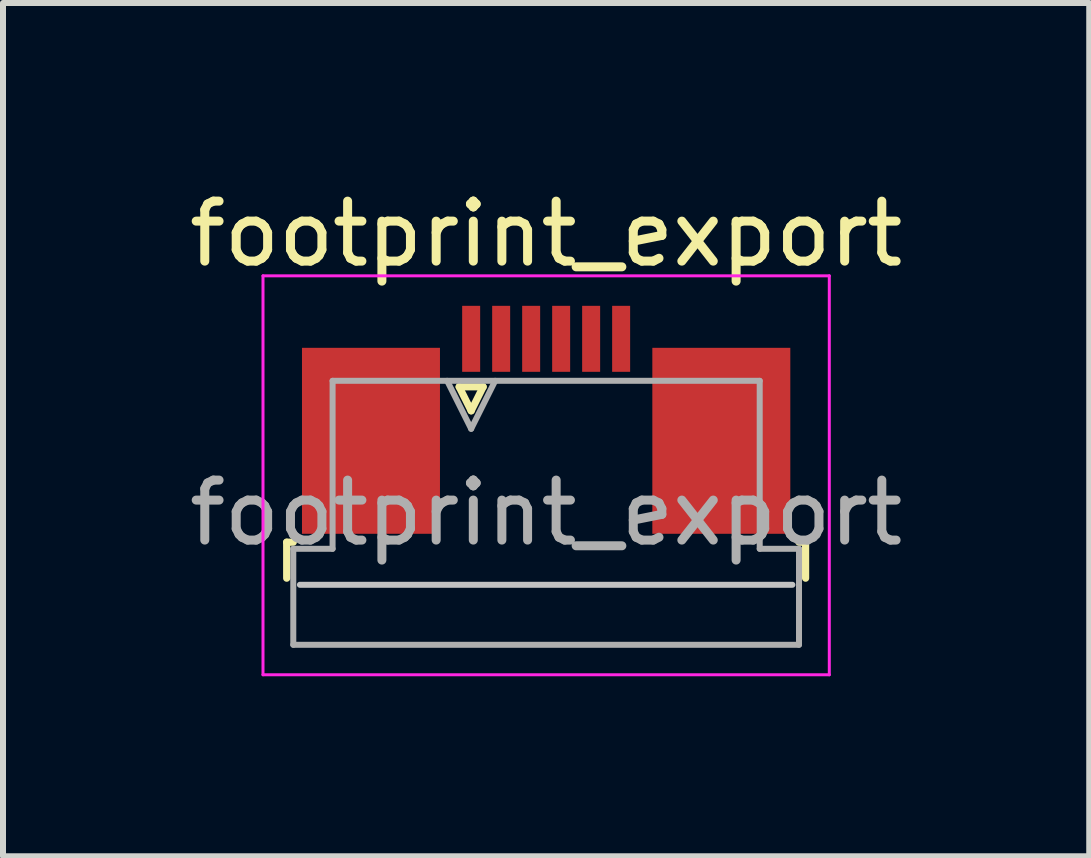
<source format=kicad_pcb>
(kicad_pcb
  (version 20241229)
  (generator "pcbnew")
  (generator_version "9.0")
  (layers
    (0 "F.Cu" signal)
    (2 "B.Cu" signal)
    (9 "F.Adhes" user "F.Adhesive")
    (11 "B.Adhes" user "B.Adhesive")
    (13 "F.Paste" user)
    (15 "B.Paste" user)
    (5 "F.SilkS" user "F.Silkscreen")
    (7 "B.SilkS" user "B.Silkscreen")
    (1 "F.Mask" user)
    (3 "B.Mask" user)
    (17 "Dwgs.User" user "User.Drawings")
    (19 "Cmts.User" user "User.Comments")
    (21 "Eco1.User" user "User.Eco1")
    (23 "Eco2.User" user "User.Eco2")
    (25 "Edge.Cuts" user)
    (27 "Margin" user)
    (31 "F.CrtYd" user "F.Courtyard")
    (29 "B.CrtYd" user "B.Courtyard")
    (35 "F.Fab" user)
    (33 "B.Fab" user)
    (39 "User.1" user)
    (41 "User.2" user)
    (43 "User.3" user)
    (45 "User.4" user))
  (footprint "footprint_export"
    (layer "F.Cu")
    (at 6.054 3.948)
    (property "Reference" "footprint_export" (at 0 -3.1 0) (layer "F.SilkS") (effects (font (size 1 1) (thickness 0.15))))
    (attr smd)
    (fp_line (start -4.325 2.04) (end -4.325 2.64) (stroke (width 0.12) (type solid)) (layer "F.SilkS"))
    (fp_line (start -4.215 2.04) (end -4.325 2.04) (stroke (width 0.12) (type solid)) (layer "F.SilkS"))
    (fp_line (start -1.45 -0.55) (end -1.25 -0.15) (stroke (width 0.12) (type solid)) (layer "F.SilkS"))
    (fp_line (start -1.25 -0.15) (end -1.05 -0.55) (stroke (width 0.12) (type solid)) (layer "F.SilkS"))
    (fp_line (start -1.05 -0.55) (end -1.45 -0.55) (stroke (width 0.12) (type solid)) (layer "F.SilkS"))
    (fp_line (start 4.215 2.04) (end 4.325 2.04) (stroke (width 0.12) (type solid)) (layer "F.SilkS"))
    (fp_line (start 4.325 2.04) (end 4.325 2.64) (stroke (width 0.12) (type solid)) (layer "F.SilkS"))
    (fp_line (start 4.105 2.75) (end -4.105 2.75) (stroke (width 0.1) (type solid)) (layer "Dwgs.User"))
    (fp_line (start -4.72 -2.4) (end -4.72 4.25) (stroke (width 0.05) (type solid)) (layer "F.CrtYd"))
    (fp_line (start -4.72 4.25) (end 4.72 4.25) (stroke (width 0.05) (type solid)) (layer "F.CrtYd"))
    (fp_line (start 4.72 -2.4) (end -4.72 -2.4) (stroke (width 0.05) (type solid)) (layer "F.CrtYd"))
    (fp_line (start 4.72 4.25) (end 4.72 -2.4) (stroke (width 0.05) (type solid)) (layer "F.CrtYd"))
    (fp_line (start -4.215 2.15) (end -3.56 2.15) (stroke (width 0.1) (type solid)) (layer "F.Fab"))
    (fp_line (start -4.215 3.75) (end -4.215 2.15) (stroke (width 0.1) (type solid)) (layer "F.Fab"))
    (fp_line (start -3.56 -0.65) (end 3.56 -0.65) (stroke (width 0.1) (type solid)) (layer "F.Fab"))
    (fp_line (start -3.56 2.15) (end -3.56 -0.65) (stroke (width 0.1) (type solid)) (layer "F.Fab"))
    (fp_line (start -1.65 -0.65) (end -1.25 0.15) (stroke (width 0.1) (type solid)) (layer "F.Fab"))
    (fp_line (start -1.25 0.15) (end -0.85 -0.65) (stroke (width 0.1) (type solid)) (layer "F.Fab"))
    (fp_line (start 3.56 -0.65) (end 3.56 2.15) (stroke (width 0.1) (type solid)) (layer "F.Fab"))
    (fp_line (start 3.56 2.15) (end 4.215 2.15) (stroke (width 0.1) (type solid)) (layer "F.Fab"))
    (fp_line (start 4.215 2.15) (end 4.215 3.75) (stroke (width 0.1) (type solid)) (layer "F.Fab"))
    (fp_line (start 4.215 3.75) (end -4.215 3.75) (stroke (width 0.1) (type solid)) (layer "F.Fab"))
    (fp_text user "${REFERENCE}" (at 0 1.55 0) (layer "F.Fab") (effects (font (size 1 1) (thickness 0.15))))
    (pad "1" smd rect (at -1.25 -1.35) (size 0.3 1.1) (layers "F.Cu" "F.Mask" "F.Paste"))
    (pad "2" smd rect (at -0.75 -1.35) (size 0.3 1.1) (layers "F.Cu" "F.Mask" "F.Paste"))
    (pad "3" smd rect (at -0.25 -1.35) (size 0.3 1.1) (layers "F.Cu" "F.Mask" "F.Paste"))
    (pad "4" smd rect (at 0.25 -1.35) (size 0.3 1.1) (layers "F.Cu" "F.Mask" "F.Paste"))
    (pad "5" smd rect (at 0.75 -1.35) (size 0.3 1.1) (layers "F.Cu" "F.Mask" "F.Paste"))
    (pad "6" smd rect (at 1.25 -1.35) (size 0.3 1.1) (layers "F.Cu" "F.Mask" "F.Paste"))
    (pad "MP" smd rect (at -2.92 0.35) (size 2.3 3.1) (layers "F.Cu" "F.Mask" "F.Paste"))
    (pad "MP" smd rect (at 2.92 0.35) (size 2.3 3.1) (layers "F.Cu" "F.Mask" "F.Paste")))
  (gr_rect
    (start -3 -3)
    (end 15.107 11.223)
    (stroke (width 0.1) (type default))
    (fill no)
    (layer "Edge.Cuts")))
</source>
